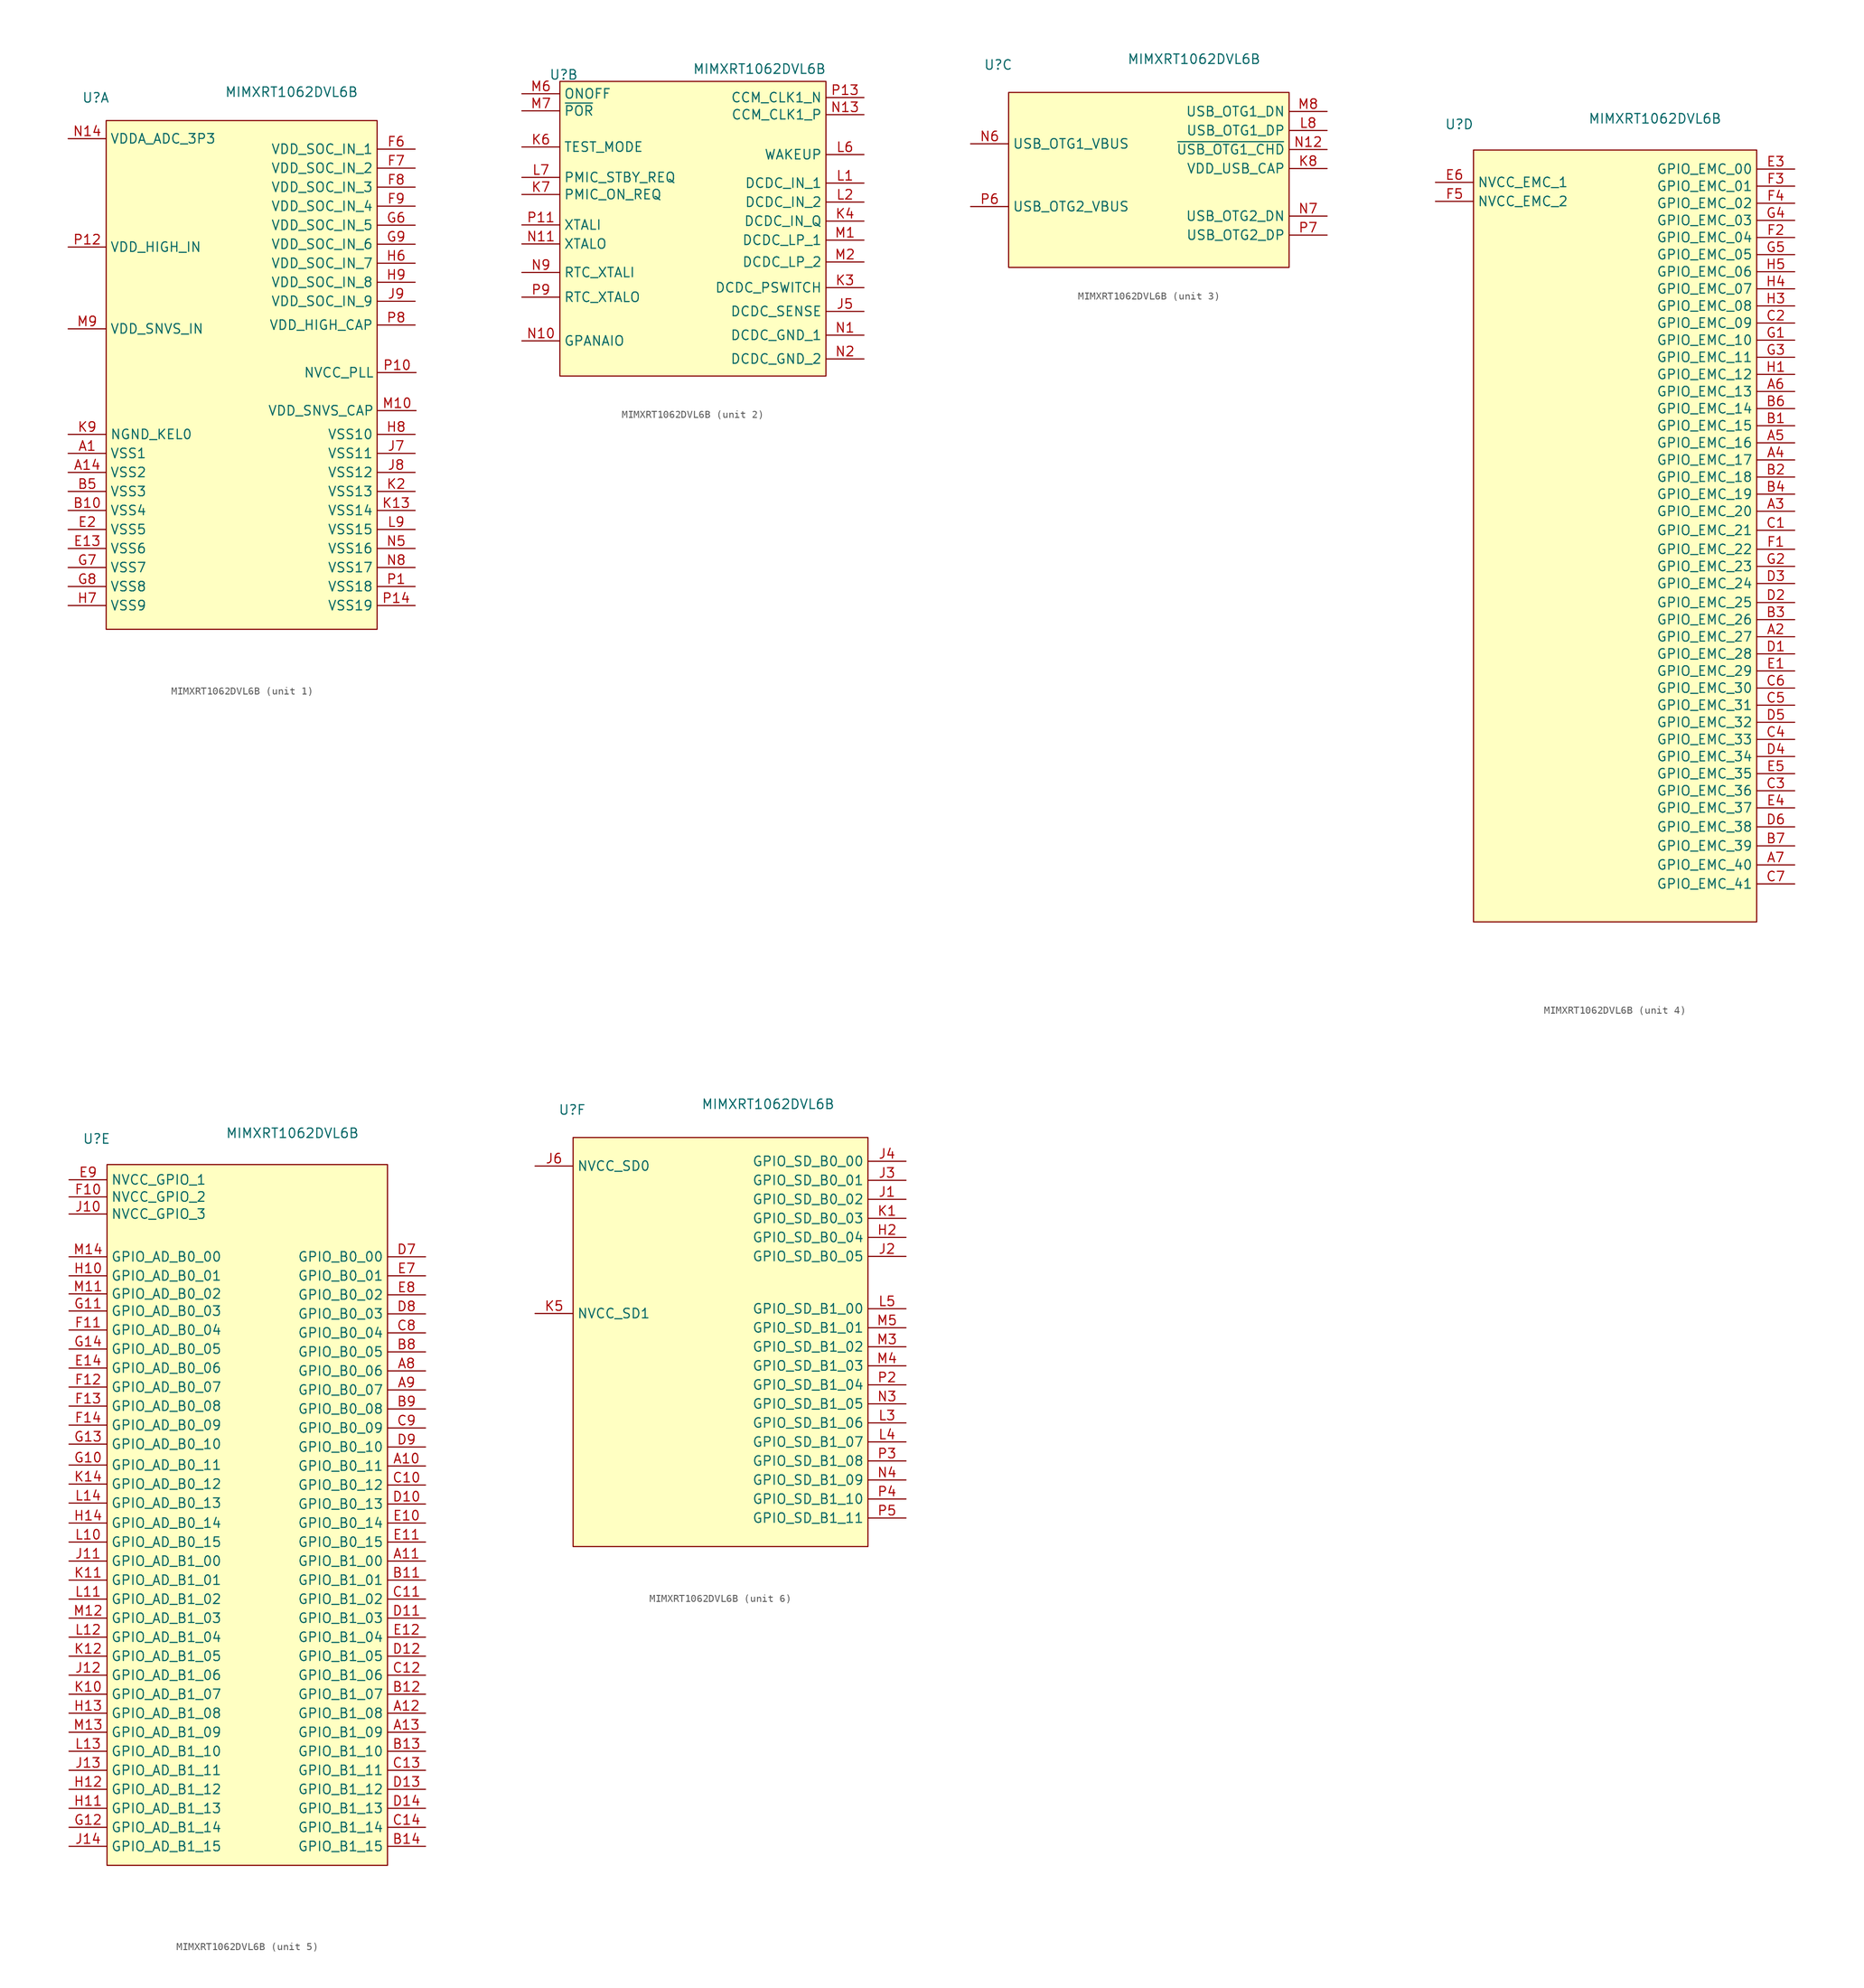
<source format=kicad_sym>
(kicad_symbol_lib
  (version 20241209)
  (generator "kicad_symbol_editor")
  (generator_version "9.0")
  (symbol "MIMXRT1062DVL6B"
    (property "Reference" "U"
      (at -1.397 1.143 0)
      (effects (font (size 1.27 1.27))))
    (property "Value" "MIMXRT1062DVL6B"
      (at 24.765 1.905 0)
      (effects (font (size 1.27 1.27))))
    (property "ki_locked" ""
      (at 0 0 0)
      (effects (font (size 1.27 1.27))))
    (symbol "MIMXRT1062DVL6B_1_1"
      (rectangle (start 0 -1.905) (end 36.195 -69.85) (stroke (width 0) (type solid)) (fill (type background)))
      (pin input line (at -5.08 -4.318 0) (length 5.08) (name "VDDA_ADC_3P3" (effects (font (size 1.27 1.27)))) (number "N14" (effects (font (size 1.27 1.27)))))
      (pin input line (at -5.08 -18.796 0) (length 5.08) (name "VDD_HIGH_IN" (effects (font (size 1.27 1.27)))) (number "P12" (effects (font (size 1.27 1.27)))))
      (pin input line (at -5.08 -29.718 0) (length 5.08) (name "VDD_SNVS_IN" (effects (font (size 1.27 1.27)))) (number "M9" (effects (font (size 1.27 1.27)))))
      (pin input line (at -5.08 -43.815 0) (length 5.08) (name "NGND_KEL0" (effects (font (size 1.27 1.27)))) (number "K9" (effects (font (size 1.27 1.27)))))
      (pin input line (at -5.08 -46.355 0) (length 5.08) (name "VSS1" (effects (font (size 1.27 1.27)))) (number "A1" (effects (font (size 1.27 1.27)))))
      (pin input line (at -5.08 -48.895 0) (length 5.08) (name "VSS2" (effects (font (size 1.27 1.27)))) (number "A14" (effects (font (size 1.27 1.27)))))
      (pin input line (at -5.08 -51.435 0) (length 5.08) (name "VSS3" (effects (font (size 1.27 1.27)))) (number "B5" (effects (font (size 1.27 1.27)))))
      (pin input line (at -5.08 -53.975 0) (length 5.08) (name "VSS4" (effects (font (size 1.27 1.27)))) (number "B10" (effects (font (size 1.27 1.27)))))
      (pin input line (at -5.08 -56.515 0) (length 5.08) (name "VSS5" (effects (font (size 1.27 1.27)))) (number "E2" (effects (font (size 1.27 1.27)))))
      (pin input line (at -5.08 -59.055 0) (length 5.08) (name "VSS6" (effects (font (size 1.27 1.27)))) (number "E13" (effects (font (size 1.27 1.27)))))
      (pin input line (at -5.08 -61.595 0) (length 5.08) (name "VSS7" (effects (font (size 1.27 1.27)))) (number "G7" (effects (font (size 1.27 1.27)))))
      (pin input line (at -5.08 -64.135 0) (length 5.08) (name "VSS8" (effects (font (size 1.27 1.27)))) (number "G8" (effects (font (size 1.27 1.27)))))
      (pin input line (at -5.08 -66.675 0) (length 5.08) (name "VSS9" (effects (font (size 1.27 1.27)))) (number "H7" (effects (font (size 1.27 1.27)))))
      (pin input line (at 41.275 -5.715 180) (length 5.08) (name "VDD_SOC_IN_1" (effects (font (size 1.27 1.27)))) (number "F6" (effects (font (size 1.27 1.27)))))
      (pin input line (at 41.275 -8.255 180) (length 5.08) (name "VDD_SOC_IN_2" (effects (font (size 1.27 1.27)))) (number "F7" (effects (font (size 1.27 1.27)))))
      (pin input line (at 41.275 -10.795 180) (length 5.08) (name "VDD_SOC_IN_3" (effects (font (size 1.27 1.27)))) (number "F8" (effects (font (size 1.27 1.27)))))
      (pin input line (at 41.275 -13.335 180) (length 5.08) (name "VDD_SOC_IN_4" (effects (font (size 1.27 1.27)))) (number "F9" (effects (font (size 1.27 1.27)))))
      (pin input line (at 41.275 -15.875 180) (length 5.08) (name "VDD_SOC_IN_5" (effects (font (size 1.27 1.27)))) (number "G6" (effects (font (size 1.27 1.27)))))
      (pin input line (at 41.275 -18.415 180) (length 5.08) (name "VDD_SOC_IN_6" (effects (font (size 1.27 1.27)))) (number "G9" (effects (font (size 1.27 1.27)))))
      (pin input line (at 41.275 -20.955 180) (length 5.08) (name "VDD_SOC_IN_7" (effects (font (size 1.27 1.27)))) (number "H6" (effects (font (size 1.27 1.27)))))
      (pin input line (at 41.275 -23.495 180) (length 5.08) (name "VDD_SOC_IN_8" (effects (font (size 1.27 1.27)))) (number "H9" (effects (font (size 1.27 1.27)))))
      (pin input line (at 41.275 -26.035 180) (length 5.08) (name "VDD_SOC_IN_9" (effects (font (size 1.27 1.27)))) (number "J9" (effects (font (size 1.27 1.27)))))
      (pin input line (at 41.275 -29.21 180) (length 5.08) (name "VDD_HIGH_CAP" (effects (font (size 1.27 1.27)))) (number "P8" (effects (font (size 1.27 1.27)))))
      (pin input line (at 41.275 -43.815 180) (length 5.08) (name "VSS10" (effects (font (size 1.27 1.27)))) (number "H8" (effects (font (size 1.27 1.27)))))
      (pin input line (at 41.275 -46.355 180) (length 5.08) (name "VSS11" (effects (font (size 1.27 1.27)))) (number "J7" (effects (font (size 1.27 1.27)))))
      (pin input line (at 41.275 -48.895 180) (length 5.08) (name "VSS12" (effects (font (size 1.27 1.27)))) (number "J8" (effects (font (size 1.27 1.27)))))
      (pin input line (at 41.275 -51.435 180) (length 5.08) (name "VSS13" (effects (font (size 1.27 1.27)))) (number "K2" (effects (font (size 1.27 1.27)))))
      (pin input line (at 41.275 -53.975 180) (length 5.08) (name "VSS14" (effects (font (size 1.27 1.27)))) (number "K13" (effects (font (size 1.27 1.27)))))
      (pin input line (at 41.275 -56.515 180) (length 5.08) (name "VSS15" (effects (font (size 1.27 1.27)))) (number "L9" (effects (font (size 1.27 1.27)))))
      (pin input line (at 41.275 -59.055 180) (length 5.08) (name "VSS16" (effects (font (size 1.27 1.27)))) (number "N5" (effects (font (size 1.27 1.27)))))
      (pin input line (at 41.275 -61.595 180) (length 5.08) (name "VSS17" (effects (font (size 1.27 1.27)))) (number "N8" (effects (font (size 1.27 1.27)))))
      (pin input line (at 41.275 -64.135 180) (length 5.08) (name "VSS18" (effects (font (size 1.27 1.27)))) (number "P1" (effects (font (size 1.27 1.27)))))
      (pin input line (at 41.275 -66.675 180) (length 5.08) (name "VSS19" (effects (font (size 1.27 1.27)))) (number "P14" (effects (font (size 1.27 1.27)))))
      (pin input line (at 41.402 -35.56 180) (length 5.08) (name "NVCC_PLL" (effects (font (size 1.27 1.27)))) (number "P10" (effects (font (size 1.27 1.27)))))
      (pin input line (at 41.402 -40.64 180) (length 5.08) (name "VDD_SNVS_CAP" (effects (font (size 1.27 1.27)))) (number "M10" (effects (font (size 1.27 1.27))))))
    (symbol "MIMXRT1062DVL6B_2_1"
      (rectangle (start -1.905 0.254) (end 33.655 -39.116) (stroke (width 0) (type solid)) (fill (type background)))
      (pin input line (at -6.985 -1.397 0) (length 5.08) (name "ONOFF" (effects (font (size 1.27 1.27)))) (number "M6" (effects (font (size 1.27 1.27)))))
      (pin input line (at -6.985 -3.683 0) (length 5.08) (name "~{POR}" (effects (font (size 1.27 1.27)))) (number "M7" (effects (font (size 1.27 1.27)))))
      (pin input line (at -6.985 -8.509 0) (length 5.08) (name "TEST_MODE" (effects (font (size 1.27 1.27)))) (number "K6" (effects (font (size 1.27 1.27)))))
      (pin input line (at -6.985 -12.573 0) (length 5.08) (name "PMIC_STBY_REQ" (effects (font (size 1.27 1.27)))) (number "L7" (effects (font (size 1.27 1.27)))))
      (pin input line (at -6.985 -14.859 0) (length 5.08) (name "PMIC_ON_REQ" (effects (font (size 1.27 1.27)))) (number "K7" (effects (font (size 1.27 1.27)))))
      (pin input line (at -6.985 -18.923 0) (length 5.08) (name "XTALI" (effects (font (size 1.27 1.27)))) (number "P11" (effects (font (size 1.27 1.27)))))
      (pin input line (at -6.985 -21.463 0) (length 5.08) (name "XTALO" (effects (font (size 1.27 1.27)))) (number "N11" (effects (font (size 1.27 1.27)))))
      (pin input line (at -6.985 -25.273 0) (length 5.08) (name "RTC_XTALI" (effects (font (size 1.27 1.27)))) (number "N9" (effects (font (size 1.27 1.27)))))
      (pin input line (at -6.985 -28.575 0) (length 5.08) (name "RTC_XTALO" (effects (font (size 1.27 1.27)))) (number "P9" (effects (font (size 1.27 1.27)))))
      (pin input line (at -6.985 -34.417 0) (length 5.08) (name "GPANAIO" (effects (font (size 1.27 1.27)))) (number "N10" (effects (font (size 1.27 1.27)))))
      (pin input line (at 38.735 -1.905 180) (length 5.08) (name "CCM_CLK1_N" (effects (font (size 1.27 1.27)))) (number "P13" (effects (font (size 1.27 1.27)))))
      (pin input line (at 38.735 -4.191 180) (length 5.08) (name "CCM_CLK1_P" (effects (font (size 1.27 1.27)))) (number "N13" (effects (font (size 1.27 1.27)))))
      (pin input line (at 38.735 -9.525 180) (length 5.08) (name "WAKEUP" (effects (font (size 1.27 1.27)))) (number "L6" (effects (font (size 1.27 1.27)))))
      (pin input line (at 38.735 -13.335 180) (length 5.08) (name "DCDC_IN_1" (effects (font (size 1.27 1.27)))) (number "L1" (effects (font (size 1.27 1.27)))))
      (pin input line (at 38.735 -15.875 180) (length 5.08) (name "DCDC_IN_2" (effects (font (size 1.27 1.27)))) (number "L2" (effects (font (size 1.27 1.27)))))
      (pin input line (at 38.735 -18.415 180) (length 5.08) (name "DCDC_IN_Q" (effects (font (size 1.27 1.27)))) (number "K4" (effects (font (size 1.27 1.27)))))
      (pin input line (at 38.735 -20.955 180) (length 5.08) (name "DCDC_LP_1" (effects (font (size 1.27 1.27)))) (number "M1" (effects (font (size 1.27 1.27)))))
      (pin input line (at 38.735 -23.876 180) (length 5.08) (name "DCDC_LP_2" (effects (font (size 1.27 1.27)))) (number "M2" (effects (font (size 1.27 1.27)))))
      (pin input line (at 38.735 -27.305 180) (length 5.08) (name "DCDC_PSWITCH" (effects (font (size 1.27 1.27)))) (number "K3" (effects (font (size 1.27 1.27)))))
      (pin input line (at 38.735 -30.48 180) (length 5.08) (name "DCDC_SENSE" (effects (font (size 1.27 1.27)))) (number "J5" (effects (font (size 1.27 1.27)))))
      (pin input line (at 38.735 -33.655 180) (length 5.08) (name "DCDC_GND_1" (effects (font (size 1.27 1.27)))) (number "N1" (effects (font (size 1.27 1.27)))))
      (pin input line (at 38.735 -36.83 180) (length 5.08) (name "DCDC_GND_2" (effects (font (size 1.27 1.27)))) (number "N2" (effects (font (size 1.27 1.27))))))
    (symbol "MIMXRT1062DVL6B_3_1"
      (rectangle (start 0 -2.54) (end 37.465 -25.908) (stroke (width 0) (type solid)) (fill (type background)))
      (pin input line (at -5.08 -9.398 0) (length 5.08) (name "USB_OTG1_VBUS" (effects (font (size 1.27 1.27)))) (number "N6" (effects (font (size 1.27 1.27)))))
      (pin input line (at -5.08 -17.78 0) (length 5.08) (name "USB_OTG2_VBUS" (effects (font (size 1.27 1.27)))) (number "P6" (effects (font (size 1.27 1.27)))))
      (pin input line (at 42.545 -5.08 180) (length 5.08) (name "USB_OTG1_DN" (effects (font (size 1.27 1.27)))) (number "M8" (effects (font (size 1.27 1.27)))))
      (pin input line (at 42.545 -7.62 180) (length 5.08) (name "USB_OTG1_DP" (effects (font (size 1.27 1.27)))) (number "L8" (effects (font (size 1.27 1.27)))))
      (pin input line (at 42.545 -10.16 180) (length 5.08) (name "~{USB_OTG1_CHD}" (effects (font (size 1.27 1.27)))) (number "N12" (effects (font (size 1.27 1.27)))))
      (pin input line (at 42.545 -12.7 180) (length 5.08) (name "VDD_USB_CAP" (effects (font (size 1.27 1.27)))) (number "K8" (effects (font (size 1.27 1.27)))))
      (pin input line (at 42.545 -19.05 180) (length 5.08) (name "USB_OTG2_DN" (effects (font (size 1.27 1.27)))) (number "N7" (effects (font (size 1.27 1.27)))))
      (pin input line (at 42.545 -21.59 180) (length 5.08) (name "USB_OTG2_DP" (effects (font (size 1.27 1.27)))) (number "P7" (effects (font (size 1.27 1.27))))))
    (symbol "MIMXRT1062DVL6B_4_1"
      (rectangle (start 0.508 -2.286) (end 38.354 -105.41) (stroke (width 0) (type solid)) (fill (type background)))
      (pin input line (at -4.572 -6.604 0) (length 5.08) (name "NVCC_EMC_1" (effects (font (size 1.27 1.27)))) (number "E6" (effects (font (size 1.27 1.27)))))
      (pin input line (at -4.572 -9.144 0) (length 5.08) (name "NVCC_EMC_2" (effects (font (size 1.27 1.27)))) (number "F5" (effects (font (size 1.27 1.27)))))
      (pin input line (at 43.434 -4.826 180) (length 5.08) (name "GPIO_EMC_00" (effects (font (size 1.27 1.27)))) (number "E3" (effects (font (size 1.27 1.27)))))
      (pin input line (at 43.434 -7.112 180) (length 5.08) (name "GPIO_EMC_01" (effects (font (size 1.27 1.27)))) (number "F3" (effects (font (size 1.27 1.27)))))
      (pin input line (at 43.434 -9.398 180) (length 5.08) (name "GPIO_EMC_02" (effects (font (size 1.27 1.27)))) (number "F4" (effects (font (size 1.27 1.27)))))
      (pin input line (at 43.434 -11.684 180) (length 5.08) (name "GPIO_EMC_03" (effects (font (size 1.27 1.27)))) (number "G4" (effects (font (size 1.27 1.27)))))
      (pin input line (at 43.434 -13.97 180) (length 5.08) (name "GPIO_EMC_04" (effects (font (size 1.27 1.27)))) (number "F2" (effects (font (size 1.27 1.27)))))
      (pin input line (at 43.434 -16.256 180) (length 5.08) (name "GPIO_EMC_05" (effects (font (size 1.27 1.27)))) (number "G5" (effects (font (size 1.27 1.27)))))
      (pin input line (at 43.434 -18.542 180) (length 5.08) (name "GPIO_EMC_06" (effects (font (size 1.27 1.27)))) (number "H5" (effects (font (size 1.27 1.27)))))
      (pin input line (at 43.434 -20.828 180) (length 5.08) (name "GPIO_EMC_07" (effects (font (size 1.27 1.27)))) (number "H4" (effects (font (size 1.27 1.27)))))
      (pin input line (at 43.434 -23.114 180) (length 5.08) (name "GPIO_EMC_08" (effects (font (size 1.27 1.27)))) (number "H3" (effects (font (size 1.27 1.27)))))
      (pin input line (at 43.434 -25.4 180) (length 5.08) (name "GPIO_EMC_09" (effects (font (size 1.27 1.27)))) (number "C2" (effects (font (size 1.27 1.27)))))
      (pin input line (at 43.434 -27.686 180) (length 5.08) (name "GPIO_EMC_10" (effects (font (size 1.27 1.27)))) (number "G1" (effects (font (size 1.27 1.27)))))
      (pin input line (at 43.434 -29.972 180) (length 5.08) (name "GPIO_EMC_11" (effects (font (size 1.27 1.27)))) (number "G3" (effects (font (size 1.27 1.27)))))
      (pin input line (at 43.434 -32.258 180) (length 5.08) (name "GPIO_EMC_12" (effects (font (size 1.27 1.27)))) (number "H1" (effects (font (size 1.27 1.27)))))
      (pin input line (at 43.434 -34.544 180) (length 5.08) (name "GPIO_EMC_13" (effects (font (size 1.27 1.27)))) (number "A6" (effects (font (size 1.27 1.27)))))
      (pin input line (at 43.434 -36.83 180) (length 5.08) (name "GPIO_EMC_14" (effects (font (size 1.27 1.27)))) (number "B6" (effects (font (size 1.27 1.27)))))
      (pin input line (at 43.434 -39.116 180) (length 5.08) (name "GPIO_EMC_15" (effects (font (size 1.27 1.27)))) (number "B1" (effects (font (size 1.27 1.27)))))
      (pin input line (at 43.434 -41.402 180) (length 5.08) (name "GPIO_EMC_16" (effects (font (size 1.27 1.27)))) (number "A5" (effects (font (size 1.27 1.27)))))
      (pin input line (at 43.434 -43.688 180) (length 5.08) (name "GPIO_EMC_17" (effects (font (size 1.27 1.27)))) (number "A4" (effects (font (size 1.27 1.27)))))
      (pin input line (at 43.434 -45.974 180) (length 5.08) (name "GPIO_EMC_18" (effects (font (size 1.27 1.27)))) (number "B2" (effects (font (size 1.27 1.27)))))
      (pin input line (at 43.434 -48.26 180) (length 5.08) (name "GPIO_EMC_19" (effects (font (size 1.27 1.27)))) (number "B4" (effects (font (size 1.27 1.27)))))
      (pin input line (at 43.434 -50.546 180) (length 5.08) (name "GPIO_EMC_20" (effects (font (size 1.27 1.27)))) (number "A3" (effects (font (size 1.27 1.27)))))
      (pin input line (at 43.434 -53.086 180) (length 5.08) (name "GPIO_EMC_21" (effects (font (size 1.27 1.27)))) (number "C1" (effects (font (size 1.27 1.27)))))
      (pin input line (at 43.434 -55.626 180) (length 5.08) (name "GPIO_EMC_22" (effects (font (size 1.27 1.27)))) (number "F1" (effects (font (size 1.27 1.27)))))
      (pin input line (at 43.434 -57.912 180) (length 5.08) (name "GPIO_EMC_23" (effects (font (size 1.27 1.27)))) (number "G2" (effects (font (size 1.27 1.27)))))
      (pin input line (at 43.434 -60.198 180) (length 5.08) (name "GPIO_EMC_24" (effects (font (size 1.27 1.27)))) (number "D3" (effects (font (size 1.27 1.27)))))
      (pin input line (at 43.434 -62.738 180) (length 5.08) (name "GPIO_EMC_25" (effects (font (size 1.27 1.27)))) (number "D2" (effects (font (size 1.27 1.27)))))
      (pin input line (at 43.434 -65.024 180) (length 5.08) (name "GPIO_EMC_26" (effects (font (size 1.27 1.27)))) (number "B3" (effects (font (size 1.27 1.27)))))
      (pin input line (at 43.434 -67.31 180) (length 5.08) (name "GPIO_EMC_27" (effects (font (size 1.27 1.27)))) (number "A2" (effects (font (size 1.27 1.27)))))
      (pin input line (at 43.434 -69.596 180) (length 5.08) (name "GPIO_EMC_28" (effects (font (size 1.27 1.27)))) (number "D1" (effects (font (size 1.27 1.27)))))
      (pin input line (at 43.434 -71.882 180) (length 5.08) (name "GPIO_EMC_29" (effects (font (size 1.27 1.27)))) (number "E1" (effects (font (size 1.27 1.27)))))
      (pin input line (at 43.434 -74.168 180) (length 5.08) (name "GPIO_EMC_30" (effects (font (size 1.27 1.27)))) (number "C6" (effects (font (size 1.27 1.27)))))
      (pin input line (at 43.434 -76.454 180) (length 5.08) (name "GPIO_EMC_31" (effects (font (size 1.27 1.27)))) (number "C5" (effects (font (size 1.27 1.27)))))
      (pin input line (at 43.434 -78.74 180) (length 5.08) (name "GPIO_EMC_32" (effects (font (size 1.27 1.27)))) (number "D5" (effects (font (size 1.27 1.27)))))
      (pin input line (at 43.434 -81.026 180) (length 5.08) (name "GPIO_EMC_33" (effects (font (size 1.27 1.27)))) (number "C4" (effects (font (size 1.27 1.27)))))
      (pin input line (at 43.434 -83.312 180) (length 5.08) (name "GPIO_EMC_34" (effects (font (size 1.27 1.27)))) (number "D4" (effects (font (size 1.27 1.27)))))
      (pin input line (at 43.434 -85.598 180) (length 5.08) (name "GPIO_EMC_35" (effects (font (size 1.27 1.27)))) (number "E5" (effects (font (size 1.27 1.27)))))
      (pin input line (at 43.434 -87.884 180) (length 5.08) (name "GPIO_EMC_36" (effects (font (size 1.27 1.27)))) (number "C3" (effects (font (size 1.27 1.27)))))
      (pin input line (at 43.434 -90.17 180) (length 5.08) (name "GPIO_EMC_37" (effects (font (size 1.27 1.27)))) (number "E4" (effects (font (size 1.27 1.27)))))
      (pin input line (at 43.434 -92.71 180) (length 5.08) (name "GPIO_EMC_38" (effects (font (size 1.27 1.27)))) (number "D6" (effects (font (size 1.27 1.27)))))
      (pin input line (at 43.434 -95.25 180) (length 5.08) (name "GPIO_EMC_39" (effects (font (size 1.27 1.27)))) (number "B7" (effects (font (size 1.27 1.27)))))
      (pin input line (at 43.434 -97.79 180) (length 5.08) (name "GPIO_EMC_40" (effects (font (size 1.27 1.27)))) (number "A7" (effects (font (size 1.27 1.27)))))
      (pin input line (at 43.434 -100.33 180) (length 5.08) (name "GPIO_EMC_41" (effects (font (size 1.27 1.27)))) (number "C7" (effects (font (size 1.27 1.27))))))
    (symbol "MIMXRT1062DVL6B_5_1"
      (rectangle (start 0 -2.286) (end 37.465 -95.885) (stroke (width 0) (type solid)) (fill (type background)))
      (pin input line (at -5.08 -4.318 0) (length 5.08) (name "NVCC_GPIO_1" (effects (font (size 1.27 1.27)))) (number "E9" (effects (font (size 1.27 1.27)))))
      (pin input line (at -5.08 -6.604 0) (length 5.08) (name "NVCC_GPIO_2" (effects (font (size 1.27 1.27)))) (number "F10" (effects (font (size 1.27 1.27)))))
      (pin input line (at -5.08 -8.89 0) (length 5.08) (name "NVCC_GPIO_3" (effects (font (size 1.27 1.27)))) (number "J10" (effects (font (size 1.27 1.27)))))
      (pin input line (at -5.08 -14.605 0) (length 5.08) (name "GPIO_AD_B0_00" (effects (font (size 1.27 1.27)))) (number "M14" (effects (font (size 1.27 1.27)))))
      (pin input line (at -5.08 -17.145 0) (length 5.08) (name "GPIO_AD_B0_01" (effects (font (size 1.27 1.27)))) (number "H10" (effects (font (size 1.27 1.27)))))
      (pin input line (at -5.08 -19.558 0) (length 5.08) (name "GPIO_AD_B0_02" (effects (font (size 1.27 1.27)))) (number "M11" (effects (font (size 1.27 1.27)))))
      (pin input line (at -5.08 -21.844 0) (length 5.08) (name "GPIO_AD_B0_03" (effects (font (size 1.27 1.27)))) (number "G11" (effects (font (size 1.27 1.27)))))
      (pin input line (at -5.08 -24.384 0) (length 5.08) (name "GPIO_AD_B0_04" (effects (font (size 1.27 1.27)))) (number "F11" (effects (font (size 1.27 1.27)))))
      (pin input line (at -5.08 -26.924 0) (length 5.08) (name "GPIO_AD_B0_05" (effects (font (size 1.27 1.27)))) (number "G14" (effects (font (size 1.27 1.27)))))
      (pin input line (at -5.08 -29.464 0) (length 5.08) (name "GPIO_AD_B0_06" (effects (font (size 1.27 1.27)))) (number "E14" (effects (font (size 1.27 1.27)))))
      (pin input line (at -5.08 -32.004 0) (length 5.08) (name "GPIO_AD_B0_07" (effects (font (size 1.27 1.27)))) (number "F12" (effects (font (size 1.27 1.27)))))
      (pin input line (at -5.08 -34.544 0) (length 5.08) (name "GPIO_AD_B0_08" (effects (font (size 1.27 1.27)))) (number "F13" (effects (font (size 1.27 1.27)))))
      (pin input line (at -5.08 -37.084 0) (length 5.08) (name "GPIO_AD_B0_09" (effects (font (size 1.27 1.27)))) (number "F14" (effects (font (size 1.27 1.27)))))
      (pin input line (at -5.08 -39.624 0) (length 5.08) (name "GPIO_AD_B0_10" (effects (font (size 1.27 1.27)))) (number "G13" (effects (font (size 1.27 1.27)))))
      (pin input line (at -5.08 -42.418 0) (length 5.08) (name "GPIO_AD_B0_11" (effects (font (size 1.27 1.27)))) (number "G10" (effects (font (size 1.27 1.27)))))
      (pin input line (at -5.08 -44.958 0) (length 5.08) (name "GPIO_AD_B0_12" (effects (font (size 1.27 1.27)))) (number "K14" (effects (font (size 1.27 1.27)))))
      (pin input line (at -5.08 -47.498 0) (length 5.08) (name "GPIO_AD_B0_13" (effects (font (size 1.27 1.27)))) (number "L14" (effects (font (size 1.27 1.27)))))
      (pin input line (at -5.08 -50.165 0) (length 5.08) (name "GPIO_AD_B0_14" (effects (font (size 1.27 1.27)))) (number "H14" (effects (font (size 1.27 1.27)))))
      (pin input line (at -5.08 -52.705 0) (length 5.08) (name "GPIO_AD_B0_15" (effects (font (size 1.27 1.27)))) (number "L10" (effects (font (size 1.27 1.27)))))
      (pin input line (at -5.08 -55.245 0) (length 5.08) (name "GPIO_AD_B1_00" (effects (font (size 1.27 1.27)))) (number "J11" (effects (font (size 1.27 1.27)))))
      (pin input line (at -5.08 -57.785 0) (length 5.08) (name "GPIO_AD_B1_01" (effects (font (size 1.27 1.27)))) (number "K11" (effects (font (size 1.27 1.27)))))
      (pin input line (at -5.08 -60.325 0) (length 5.08) (name "GPIO_AD_B1_02" (effects (font (size 1.27 1.27)))) (number "L11" (effects (font (size 1.27 1.27)))))
      (pin input line (at -5.08 -62.865 0) (length 5.08) (name "GPIO_AD_B1_03" (effects (font (size 1.27 1.27)))) (number "M12" (effects (font (size 1.27 1.27)))))
      (pin input line (at -5.08 -65.405 0) (length 5.08) (name "GPIO_AD_B1_04" (effects (font (size 1.27 1.27)))) (number "L12" (effects (font (size 1.27 1.27)))))
      (pin input line (at -5.08 -67.945 0) (length 5.08) (name "GPIO_AD_B1_05" (effects (font (size 1.27 1.27)))) (number "K12" (effects (font (size 1.27 1.27)))))
      (pin input line (at -5.08 -70.485 0) (length 5.08) (name "GPIO_AD_B1_06" (effects (font (size 1.27 1.27)))) (number "J12" (effects (font (size 1.27 1.27)))))
      (pin input line (at -5.08 -73.025 0) (length 5.08) (name "GPIO_AD_B1_07" (effects (font (size 1.27 1.27)))) (number "K10" (effects (font (size 1.27 1.27)))))
      (pin input line (at -5.08 -75.565 0) (length 5.08) (name "GPIO_AD_B1_08" (effects (font (size 1.27 1.27)))) (number "H13" (effects (font (size 1.27 1.27)))))
      (pin input line (at -5.08 -78.105 0) (length 5.08) (name "GPIO_AD_B1_09" (effects (font (size 1.27 1.27)))) (number "M13" (effects (font (size 1.27 1.27)))))
      (pin input line (at -5.08 -80.645 0) (length 5.08) (name "GPIO_AD_B1_10" (effects (font (size 1.27 1.27)))) (number "L13" (effects (font (size 1.27 1.27)))))
      (pin input line (at -5.08 -83.185 0) (length 5.08) (name "GPIO_AD_B1_11" (effects (font (size 1.27 1.27)))) (number "J13" (effects (font (size 1.27 1.27)))))
      (pin input line (at -5.08 -85.725 0) (length 5.08) (name "GPIO_AD_B1_12" (effects (font (size 1.27 1.27)))) (number "H12" (effects (font (size 1.27 1.27)))))
      (pin input line (at -5.08 -88.265 0) (length 5.08) (name "GPIO_AD_B1_13" (effects (font (size 1.27 1.27)))) (number "H11" (effects (font (size 1.27 1.27)))))
      (pin input line (at -5.08 -90.805 0) (length 5.08) (name "GPIO_AD_B1_14" (effects (font (size 1.27 1.27)))) (number "G12" (effects (font (size 1.27 1.27)))))
      (pin input line (at -5.08 -93.345 0) (length 5.08) (name "GPIO_AD_B1_15" (effects (font (size 1.27 1.27)))) (number "J14" (effects (font (size 1.27 1.27)))))
      (pin input line (at 42.545 -14.605 180) (length 5.08) (name "GPIO_B0_00" (effects (font (size 1.27 1.27)))) (number "D7" (effects (font (size 1.27 1.27)))))
      (pin input line (at 42.545 -17.145 180) (length 5.08) (name "GPIO_B0_01" (effects (font (size 1.27 1.27)))) (number "E7" (effects (font (size 1.27 1.27)))))
      (pin input line (at 42.545 -19.685 180) (length 5.08) (name "GPIO_B0_02" (effects (font (size 1.27 1.27)))) (number "E8" (effects (font (size 1.27 1.27)))))
      (pin input line (at 42.545 -22.225 180) (length 5.08) (name "GPIO_B0_03" (effects (font (size 1.27 1.27)))) (number "D8" (effects (font (size 1.27 1.27)))))
      (pin input line (at 42.545 -24.765 180) (length 5.08) (name "GPIO_B0_04" (effects (font (size 1.27 1.27)))) (number "C8" (effects (font (size 1.27 1.27)))))
      (pin input line (at 42.545 -27.305 180) (length 5.08) (name "GPIO_B0_05" (effects (font (size 1.27 1.27)))) (number "B8" (effects (font (size 1.27 1.27)))))
      (pin input line (at 42.545 -29.845 180) (length 5.08) (name "GPIO_B0_06" (effects (font (size 1.27 1.27)))) (number "A8" (effects (font (size 1.27 1.27)))))
      (pin input line (at 42.545 -32.385 180) (length 5.08) (name "GPIO_B0_07" (effects (font (size 1.27 1.27)))) (number "A9" (effects (font (size 1.27 1.27)))))
      (pin input line (at 42.545 -34.925 180) (length 5.08) (name "GPIO_B0_08" (effects (font (size 1.27 1.27)))) (number "B9" (effects (font (size 1.27 1.27)))))
      (pin input line (at 42.545 -37.465 180) (length 5.08) (name "GPIO_B0_09" (effects (font (size 1.27 1.27)))) (number "C9" (effects (font (size 1.27 1.27)))))
      (pin input line (at 42.545 -40.005 180) (length 5.08) (name "GPIO_B0_10" (effects (font (size 1.27 1.27)))) (number "D9" (effects (font (size 1.27 1.27)))))
      (pin input line (at 42.545 -42.545 180) (length 5.08) (name "GPIO_B0_11" (effects (font (size 1.27 1.27)))) (number "A10" (effects (font (size 1.27 1.27)))))
      (pin input line (at 42.545 -45.085 180) (length 5.08) (name "GPIO_B0_12" (effects (font (size 1.27 1.27)))) (number "C10" (effects (font (size 1.27 1.27)))))
      (pin input line (at 42.545 -47.625 180) (length 5.08) (name "GPIO_B0_13" (effects (font (size 1.27 1.27)))) (number "D10" (effects (font (size 1.27 1.27)))))
      (pin input line (at 42.545 -50.165 180) (length 5.08) (name "GPIO_B0_14" (effects (font (size 1.27 1.27)))) (number "E10" (effects (font (size 1.27 1.27)))))
      (pin input line (at 42.545 -52.705 180) (length 5.08) (name "GPIO_B0_15" (effects (font (size 1.27 1.27)))) (number "E11" (effects (font (size 1.27 1.27)))))
      (pin input line (at 42.545 -55.245 180) (length 5.08) (name "GPIO_B1_00" (effects (font (size 1.27 1.27)))) (number "A11" (effects (font (size 1.27 1.27)))))
      (pin input line (at 42.545 -57.785 180) (length 5.08) (name "GPIO_B1_01" (effects (font (size 1.27 1.27)))) (number "B11" (effects (font (size 1.27 1.27)))))
      (pin input line (at 42.545 -60.325 180) (length 5.08) (name "GPIO_B1_02" (effects (font (size 1.27 1.27)))) (number "C11" (effects (font (size 1.27 1.27)))))
      (pin input line (at 42.545 -62.865 180) (length 5.08) (name "GPIO_B1_03" (effects (font (size 1.27 1.27)))) (number "D11" (effects (font (size 1.27 1.27)))))
      (pin input line (at 42.545 -65.405 180) (length 5.08) (name "GPIO_B1_04" (effects (font (size 1.27 1.27)))) (number "E12" (effects (font (size 1.27 1.27)))))
      (pin input line (at 42.545 -67.945 180) (length 5.08) (name "GPIO_B1_05" (effects (font (size 1.27 1.27)))) (number "D12" (effects (font (size 1.27 1.27)))))
      (pin input line (at 42.545 -70.485 180) (length 5.08) (name "GPIO_B1_06" (effects (font (size 1.27 1.27)))) (number "C12" (effects (font (size 1.27 1.27)))))
      (pin input line (at 42.545 -73.025 180) (length 5.08) (name "GPIO_B1_07" (effects (font (size 1.27 1.27)))) (number "B12" (effects (font (size 1.27 1.27)))))
      (pin input line (at 42.545 -75.565 180) (length 5.08) (name "GPIO_B1_08" (effects (font (size 1.27 1.27)))) (number "A12" (effects (font (size 1.27 1.27)))))
      (pin input line (at 42.545 -78.105 180) (length 5.08) (name "GPIO_B1_09" (effects (font (size 1.27 1.27)))) (number "A13" (effects (font (size 1.27 1.27)))))
      (pin input line (at 42.545 -80.645 180) (length 5.08) (name "GPIO_B1_10" (effects (font (size 1.27 1.27)))) (number "B13" (effects (font (size 1.27 1.27)))))
      (pin input line (at 42.545 -83.185 180) (length 5.08) (name "GPIO_B1_11" (effects (font (size 1.27 1.27)))) (number "C13" (effects (font (size 1.27 1.27)))))
      (pin input line (at 42.545 -85.725 180) (length 5.08) (name "GPIO_B1_12" (effects (font (size 1.27 1.27)))) (number "D13" (effects (font (size 1.27 1.27)))))
      (pin input line (at 42.545 -88.265 180) (length 5.08) (name "GPIO_B1_13" (effects (font (size 1.27 1.27)))) (number "D14" (effects (font (size 1.27 1.27)))))
      (pin input line (at 42.545 -90.805 180) (length 5.08) (name "GPIO_B1_14" (effects (font (size 1.27 1.27)))) (number "C14" (effects (font (size 1.27 1.27)))))
      (pin input line (at 42.545 -93.345 180) (length 5.08) (name "GPIO_B1_15" (effects (font (size 1.27 1.27)))) (number "B14" (effects (font (size 1.27 1.27))))))
    (symbol "MIMXRT1062DVL6B_6_1"
      (rectangle (start -1.27 -2.54) (end 38.1 -57.15) (stroke (width 0) (type solid)) (fill (type background)))
      (pin input line (at -6.35 -6.35 0) (length 5.08) (name "NVCC_SD0" (effects (font (size 1.27 1.27)))) (number "J6" (effects (font (size 1.27 1.27)))))
      (pin input line (at -6.35 -26.035 0) (length 5.08) (name "NVCC_SD1" (effects (font (size 1.27 1.27)))) (number "K5" (effects (font (size 1.27 1.27)))))
      (pin input line (at 43.18 -5.715 180) (length 5.08) (name "GPIO_SD_B0_00" (effects (font (size 1.27 1.27)))) (number "J4" (effects (font (size 1.27 1.27)))))
      (pin input line (at 43.18 -8.255 180) (length 5.08) (name "GPIO_SD_B0_01" (effects (font (size 1.27 1.27)))) (number "J3" (effects (font (size 1.27 1.27)))))
      (pin input line (at 43.18 -10.795 180) (length 5.08) (name "GPIO_SD_B0_02" (effects (font (size 1.27 1.27)))) (number "J1" (effects (font (size 1.27 1.27)))))
      (pin input line (at 43.18 -13.335 180) (length 5.08) (name "GPIO_SD_B0_03" (effects (font (size 1.27 1.27)))) (number "K1" (effects (font (size 1.27 1.27)))))
      (pin input line (at 43.18 -15.875 180) (length 5.08) (name "GPIO_SD_B0_04" (effects (font (size 1.27 1.27)))) (number "H2" (effects (font (size 1.27 1.27)))))
      (pin input line (at 43.18 -18.415 180) (length 5.08) (name "GPIO_SD_B0_05" (effects (font (size 1.27 1.27)))) (number "J2" (effects (font (size 1.27 1.27)))))
      (pin input line (at 43.18 -25.4 180) (length 5.08) (name "GPIO_SD_B1_00" (effects (font (size 1.27 1.27)))) (number "L5" (effects (font (size 1.27 1.27)))))
      (pin input line (at 43.18 -27.94 180) (length 5.08) (name "GPIO_SD_B1_01" (effects (font (size 1.27 1.27)))) (number "M5" (effects (font (size 1.27 1.27)))))
      (pin input line (at 43.18 -30.48 180) (length 5.08) (name "GPIO_SD_B1_02" (effects (font (size 1.27 1.27)))) (number "M3" (effects (font (size 1.27 1.27)))))
      (pin input line (at 43.18 -33.02 180) (length 5.08) (name "GPIO_SD_B1_03" (effects (font (size 1.27 1.27)))) (number "M4" (effects (font (size 1.27 1.27)))))
      (pin input line (at 43.18 -35.56 180) (length 5.08) (name "GPIO_SD_B1_04" (effects (font (size 1.27 1.27)))) (number "P2" (effects (font (size 1.27 1.27)))))
      (pin input line (at 43.18 -38.1 180) (length 5.08) (name "GPIO_SD_B1_05" (effects (font (size 1.27 1.27)))) (number "N3" (effects (font (size 1.27 1.27)))))
      (pin input line (at 43.18 -40.64 180) (length 5.08) (name "GPIO_SD_B1_06" (effects (font (size 1.27 1.27)))) (number "L3" (effects (font (size 1.27 1.27)))))
      (pin input line (at 43.18 -43.18 180) (length 5.08) (name "GPIO_SD_B1_07" (effects (font (size 1.27 1.27)))) (number "L4" (effects (font (size 1.27 1.27)))))
      (pin input line (at 43.18 -45.72 180) (length 5.08) (name "GPIO_SD_B1_08" (effects (font (size 1.27 1.27)))) (number "P3" (effects (font (size 1.27 1.27)))))
      (pin input line (at 43.18 -48.26 180) (length 5.08) (name "GPIO_SD_B1_09" (effects (font (size 1.27 1.27)))) (number "N4" (effects (font (size 1.27 1.27)))))
      (pin input line (at 43.18 -50.8 180) (length 5.08) (name "GPIO_SD_B1_10" (effects (font (size 1.27 1.27)))) (number "P4" (effects (font (size 1.27 1.27)))))
      (pin input line (at 43.18 -53.34 180) (length 5.08) (name "GPIO_SD_B1_11" (effects (font (size 1.27 1.27)))) (number "P5" (effects (font (size 1.27 1.27))))))))
</source>
